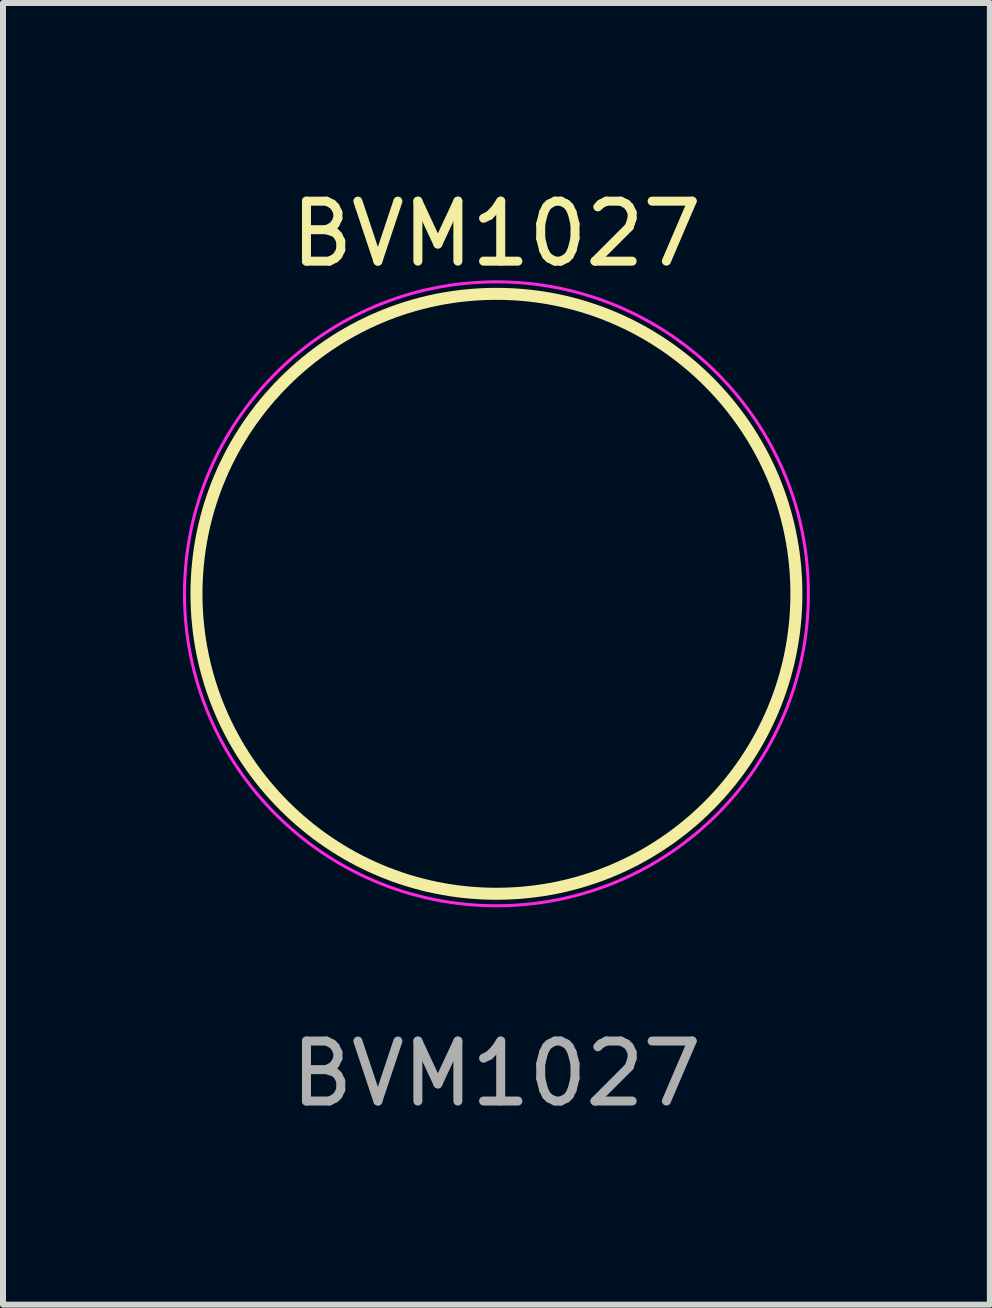
<source format=kicad_pcb>
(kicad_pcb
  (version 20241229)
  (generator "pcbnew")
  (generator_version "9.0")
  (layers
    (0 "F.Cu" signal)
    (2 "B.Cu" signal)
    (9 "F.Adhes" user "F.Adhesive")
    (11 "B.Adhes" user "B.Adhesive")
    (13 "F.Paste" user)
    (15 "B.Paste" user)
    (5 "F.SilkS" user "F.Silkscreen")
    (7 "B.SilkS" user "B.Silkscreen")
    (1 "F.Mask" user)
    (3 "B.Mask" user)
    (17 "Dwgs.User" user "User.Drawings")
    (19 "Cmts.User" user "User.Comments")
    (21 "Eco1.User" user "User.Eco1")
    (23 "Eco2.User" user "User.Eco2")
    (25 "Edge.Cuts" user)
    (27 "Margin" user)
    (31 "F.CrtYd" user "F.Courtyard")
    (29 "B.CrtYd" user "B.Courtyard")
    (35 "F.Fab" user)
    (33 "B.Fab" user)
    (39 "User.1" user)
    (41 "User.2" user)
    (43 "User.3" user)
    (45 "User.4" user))
  (footprint "BVM1027"
    (layer "F.Cu")
    (at 5.225 6.848)
    (property "Reference" "BVM1027" (at 0 -6 0) (unlocked yes) (layer "F.SilkS") (effects (font (size 1 1) (thickness 0.15))))
    (attr smd)
    (fp_circle (center 0 0) (end 5 0) (stroke (width 0.2) (type solid)) (fill no) (layer "F.SilkS"))
    (fp_circle (center 0 0) (end 0 -5.2) (stroke (width 0.05) (type solid)) (fill no) (layer "F.CrtYd"))
    (fp_text user "${REFERENCE}" (at 0 8 0) (unlocked yes) (layer "F.Fab") (effects (font (size 1 1) (thickness 0.15)))))
  (gr_rect
    (start -3 -3)
    (end 13.45 18.697)
    (stroke (width 0.1) (type default))
    (fill no)
    (layer "Edge.Cuts")))
</source>
